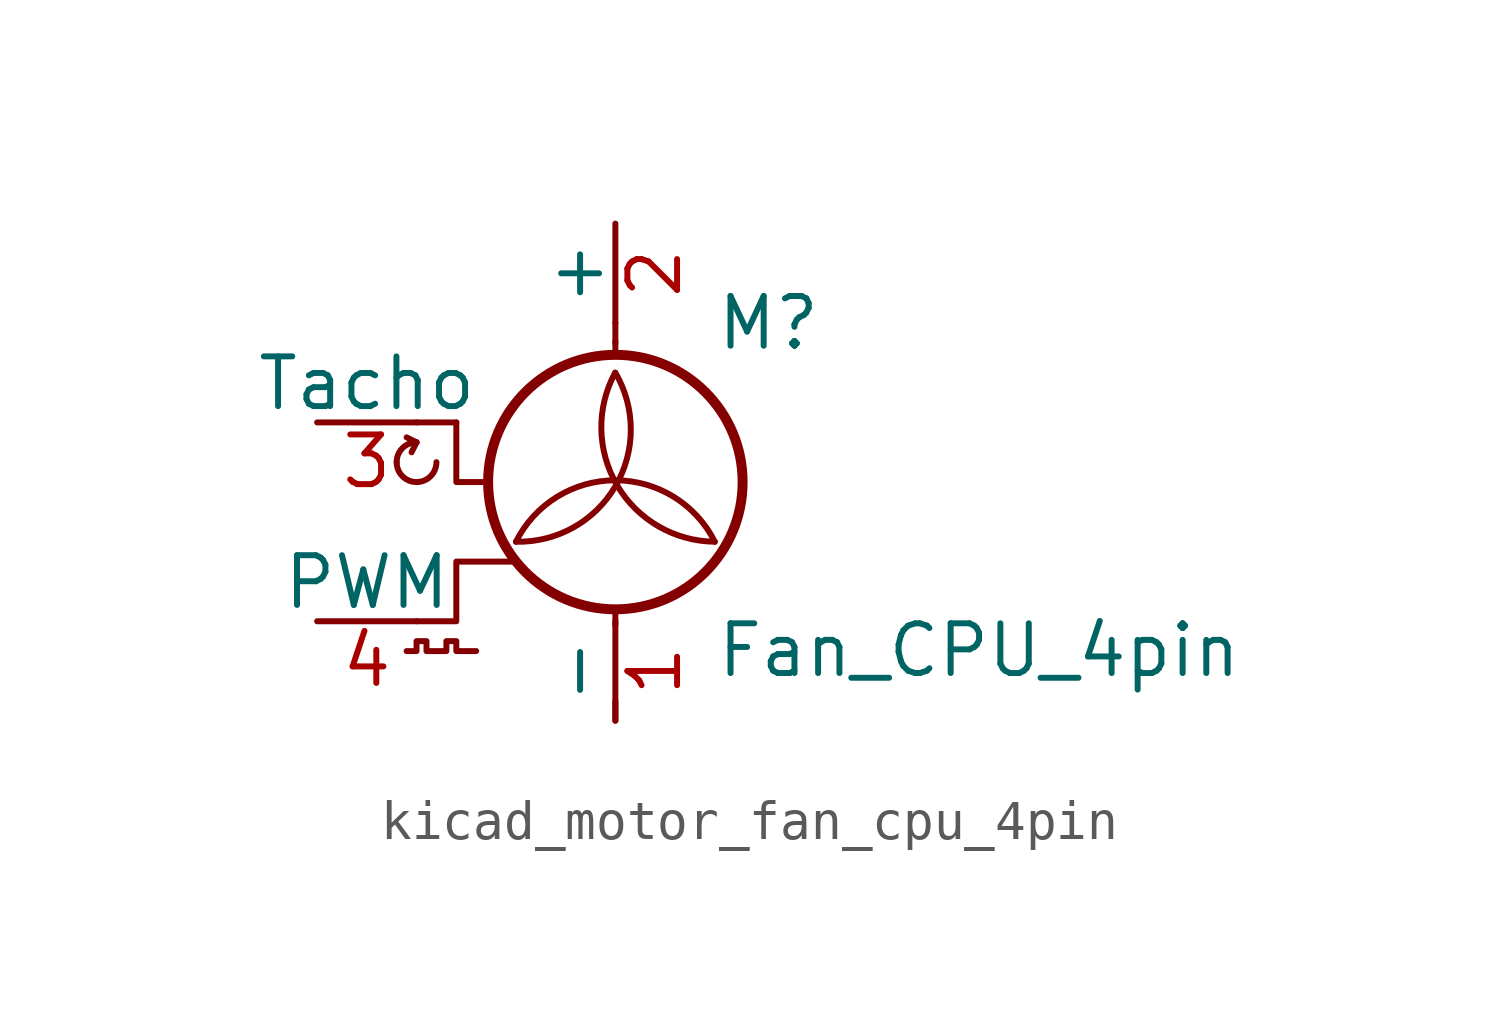
<source format=kicad_sym>
(kicad_symbol_lib
  (version 20220914)
  (generator kicad_symbol_editor)
  (symbol "kicad_motor_fan_cpu_4pin"
    (pin_names
      (offset 0))
    (property "Reference" "M"
      (at 2.54 5.08 0)
      (effects (font (size 1.27 1.27)) (justify left)))
    (property "Value" "Fan_CPU_4pin"
      (at 2.54 -2.54 0)
      (effects (font (size 1.27 1.27)) (justify left top)))
    (symbol "kicad_motor_fan_cpu_4pin_0_0"
      (arc (start -5.588 1.524) (mid -5.08 1.0182) (end -4.572 1.524) (stroke (width 0) (type default)) (fill (type none)))
      (arc (start -5.08 2.032) (mid -5.4392 1.8832) (end -5.588 1.524) (stroke (width 0) (type default)) (fill (type none)))
      (polyline (pts (xy -5.08 2.032) (xy -5.334 2.159)) (stroke (width 0) (type default)) (fill (type none)))
      (polyline (pts (xy -5.08 2.032) (xy -5.207 1.778)) (stroke (width 0) (type default)) (fill (type none)))
      (polyline (pts (xy -4.064 2.54) (xy -4.064 1.016) (xy -3.302 1.016)) (stroke (width 0) (type default)) (fill (type none))))
    (symbol "kicad_motor_fan_cpu_4pin_0_1"
      (arc (start -2.54 -0.508) (mid 0.0028 0.9121) (end 0 3.81) (stroke (width 0) (type default)) (fill (type none)))
      (polyline (pts (xy -4.064 2.54) (xy -5.08 2.54)) (stroke (width 0) (type default)) (fill (type none)))
      (polyline (pts (xy 0 -5.08) (xy 0 -4.572)) (stroke (width 0) (type default)) (fill (type none)))
      (polyline (pts (xy 0 -2.235) (xy 0 -2.642)) (stroke (width 0) (type default)) (fill (type none)))
      (polyline (pts (xy 0 4.267) (xy 0 4.623)) (stroke (width 0) (type default)) (fill (type none)))
      (polyline (pts (xy 0 4.572) (xy 0 5.08)) (stroke (width 0) (type default)) (fill (type none)))
      (polyline (pts (xy -2.54 -1.016) (xy -4.064 -1.016) (xy -4.064 -2.54) (xy -5.08 -2.54)) (stroke (width 0) (type default)) (fill (type none)))
      (polyline (pts (xy -5.334 -3.302) (xy -5.08 -3.302) (xy -5.08 -3.048) (xy -4.826 -3.048) (xy -4.826 -3.302) (xy -4.318 -3.302) (xy -4.318 -3.048) (xy -4.064 -3.048) (xy -4.064 -3.302) (xy -3.556 -3.302)) (stroke (width 0) (type default)) (fill (type none)))
      (circle (center 0 1.016) (radius 3.251) (stroke (width 0.254) (type default)) (fill (type none)))
      (arc (start 0 3.81) (mid 0.053 0.921) (end 2.54 -0.508) (stroke (width 0) (type default)) (fill (type none)))
      (arc (start 2.54 -0.508) (mid 0 1.0618) (end -2.54 -0.508) (stroke (width 0) (type default)) (fill (type none))))
    (symbol "kicad_motor_fan_cpu_4pin_1_1"
      (pin passive line (at 0 -5.08 90) (length 2.54) (name "-" (effects (font (size 1.27 1.27)))) (number "1" (effects (font (size 1.27 1.27)))))
      (pin passive line (at 0 7.62 270) (length 2.54) (name "+" (effects (font (size 1.27 1.27)))) (number "2" (effects (font (size 1.27 1.27)))))
      (pin passive line (at -7.62 2.54 0) (length 2.54) (name "Tacho" (effects (font (size 1.27 1.27)))) (number "3" (effects (font (size 1.27 1.27)))))
      (pin input line (at -7.62 -2.54 0) (length 2.54) (name "PWM" (effects (font (size 1.27 1.27)))) (number "4" (effects (font (size 1.27 1.27))))))))
</source>
